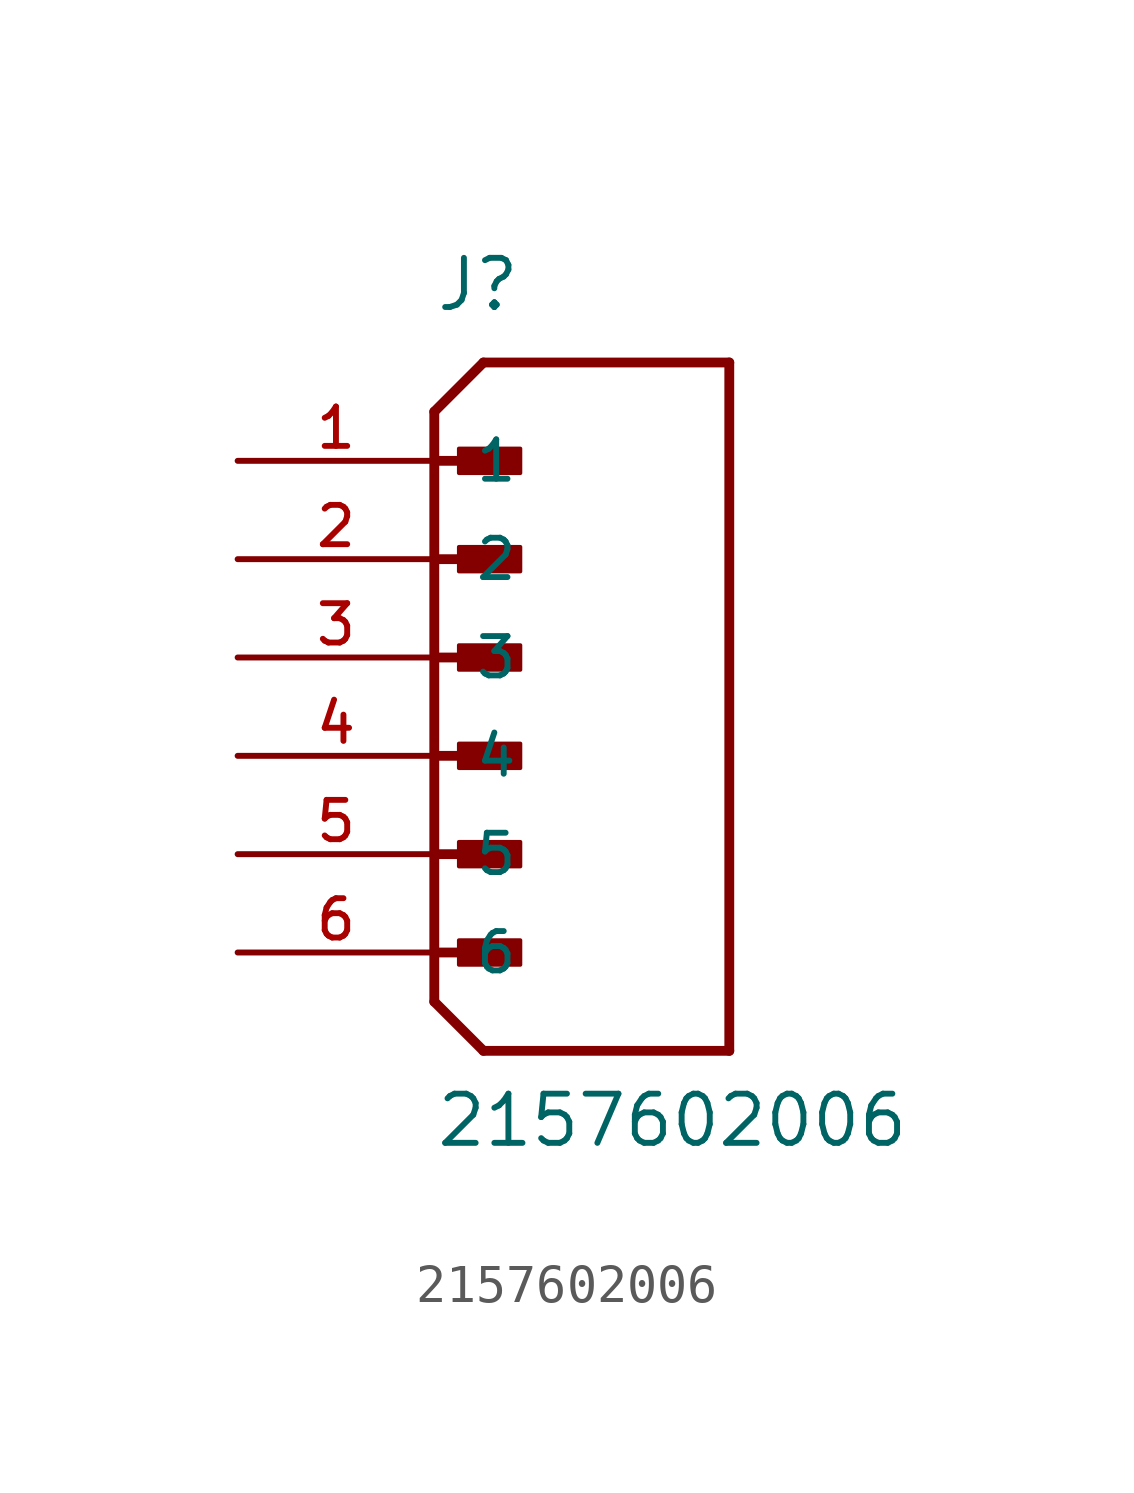
<source format=kicad_sym>
(kicad_symbol_lib
  (version 20211014)
  (generator kicad_symbol_editor)
  (symbol "2157602006"
    (pin_names
      (offset 1.016))
    (property "Reference" "J"
      (at 0.0 8.89 0)
      (effects (font (size 1.27 1.27)) (justify bottom left)))
    (property "Value" "2157602006"
      (at 0.0 -12.7 0)
      (effects (font (size 1.27 1.27)) (justify bottom left)))
    (symbol "2157602006_0_0"
      (polyline (pts (xy 0.0 6.35) (xy 1.27 7.62)) (stroke (width 0.254)))
      (polyline (pts (xy 0.0 6.35) (xy 0.0 5.08)) (stroke (width 0.254)))
      (polyline (pts (xy 0.0 5.08) (xy 0.0 -8.89)) (stroke (width 0.254)))
      (polyline (pts (xy 0.0 -8.89) (xy 1.27 -10.16)) (stroke (width 0.254)))
      (polyline (pts (xy 1.27 -10.16) (xy 7.62 -10.16)) (stroke (width 0.254)))
      (polyline (pts (xy 7.62 -10.16) (xy 7.62 7.62)) (stroke (width 0.254)))
      (polyline (pts (xy 7.62 7.62) (xy 1.27 7.62)) (stroke (width 0.254)))
      (polyline (pts (xy 0.0 5.08) (xy 1.905 5.08)) (stroke (width 0.254)))
      (rectangle (start 0.635 4.763) (end 2.223 5.397) (stroke (width 0.1)) (fill (type outline)))
      (polyline (pts (xy 0.0 2.54) (xy 1.905 2.54)) (stroke (width 0.254)))
      (rectangle (start 0.635 2.223) (end 2.223 2.857) (stroke (width 0.1)) (fill (type outline)))
      (polyline (pts (xy 0.0 0.0) (xy 1.905 0.0)) (stroke (width 0.254)))
      (rectangle (start 0.635 -0.318) (end 2.223 0.318) (stroke (width 0.1)) (fill (type outline)))
      (polyline (pts (xy 0.0 -2.54) (xy 1.905 -2.54)) (stroke (width 0.254)))
      (rectangle (start 0.635 -2.857) (end 2.223 -2.223) (stroke (width 0.1)) (fill (type outline)))
      (polyline (pts (xy 0.0 -5.08) (xy 1.905 -5.08)) (stroke (width 0.254)))
      (rectangle (start 0.635 -5.397) (end 2.223 -4.763) (stroke (width 0.1)) (fill (type outline)))
      (polyline (pts (xy 0.0 -7.62) (xy 1.905 -7.62)) (stroke (width 0.254)))
      (rectangle (start 0.635 -7.938) (end 2.223 -7.303) (stroke (width 0.1)) (fill (type outline)))
      (pin passive line (at -5.08 5.08 0) (length 5.08) (name "1" (effects (font (size 1.016 1.016)))) (number "1" (effects (font (size 1.016 1.016)))))
      (pin passive line (at -5.08 2.54 0) (length 5.08) (name "2" (effects (font (size 1.016 1.016)))) (number "2" (effects (font (size 1.016 1.016)))))
      (pin passive line (at -5.08 0.0 0) (length 5.08) (name "3" (effects (font (size 1.016 1.016)))) (number "3" (effects (font (size 1.016 1.016)))))
      (pin passive line (at -5.08 -2.54 0) (length 5.08) (name "4" (effects (font (size 1.016 1.016)))) (number "4" (effects (font (size 1.016 1.016)))))
      (pin passive line (at -5.08 -5.08 0) (length 5.08) (name "5" (effects (font (size 1.016 1.016)))) (number "5" (effects (font (size 1.016 1.016)))))
      (pin passive line (at -5.08 -7.62 0) (length 5.08) (name "6" (effects (font (size 1.016 1.016)))) (number "6" (effects (font (size 1.016 1.016))))))))
</source>
